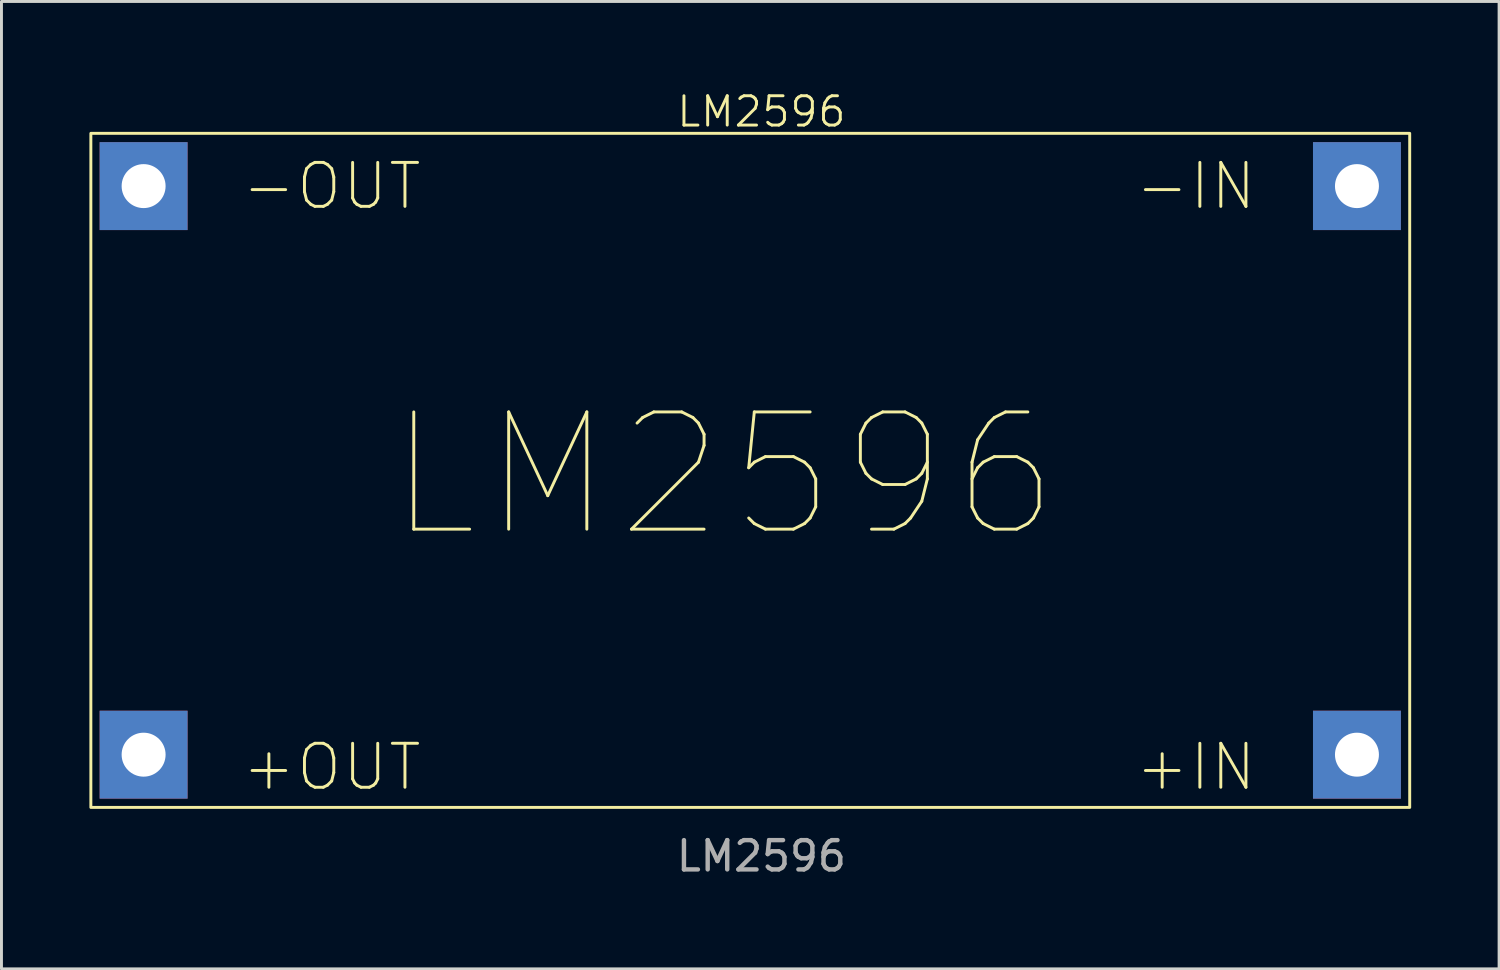
<source format=kicad_pcb>
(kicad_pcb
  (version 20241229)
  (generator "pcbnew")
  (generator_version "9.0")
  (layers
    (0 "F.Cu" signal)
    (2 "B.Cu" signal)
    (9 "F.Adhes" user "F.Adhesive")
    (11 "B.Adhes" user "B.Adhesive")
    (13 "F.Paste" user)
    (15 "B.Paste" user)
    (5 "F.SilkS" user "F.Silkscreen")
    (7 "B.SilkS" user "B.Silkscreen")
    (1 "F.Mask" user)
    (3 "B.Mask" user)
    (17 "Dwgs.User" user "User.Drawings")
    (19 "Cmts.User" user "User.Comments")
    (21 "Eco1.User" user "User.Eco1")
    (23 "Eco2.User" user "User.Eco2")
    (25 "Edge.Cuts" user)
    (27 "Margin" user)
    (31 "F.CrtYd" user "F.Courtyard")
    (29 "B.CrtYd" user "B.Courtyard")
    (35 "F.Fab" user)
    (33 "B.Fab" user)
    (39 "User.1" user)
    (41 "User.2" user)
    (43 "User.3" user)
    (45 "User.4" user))
  (footprint "LM2596"
    (layer "F.Cu")
    (at 22.93 13.46)
    (property "Reference" "LM2596" (at 0 -12.7 0) (unlocked yes) (layer "F.SilkS") (effects (font (size 1 1) (thickness 0.1))))
    (attr smd)
    (fp_rect (start -22.88 11.04) (end 22.12 -11.96) (stroke (width 0.1) (type default)) (fill no) (layer "F.SilkS"))
    (fp_text user "-OUT" (at -17.8 -9.28 0) (unlocked yes) (layer "F.SilkS") (effects (font (size 1.5 1.5) (thickness 0.1)) (justify left bottom)))
    (fp_text user "+OUT" (at -17.8 10.54 0) (unlocked yes) (layer "F.SilkS") (effects (font (size 1.5 1.5) (thickness 0.1)) (justify left bottom)))
    (fp_text user "+IN" (at 12.68 10.54 0) (unlocked yes) (layer "F.SilkS") (effects (font (size 1.5 1.5) (thickness 0.1)) (justify left bottom)))
    (fp_text user "LM2596" (at -12.88 2.04 0) (unlocked yes) (layer "F.SilkS") (effects (font (size 4 4) (thickness 0.1)) (justify left bottom)))
    (fp_text user "-IN" (at 12.68 -9.28 0) (unlocked yes) (layer "F.SilkS") (effects (font (size 1.5 1.5) (thickness 0.1)) (justify left bottom)))
    (fp_text user "${REFERENCE}" (at 0 12.7 0) (unlocked yes) (layer "F.Fab") (effects (font (size 1 1) (thickness 0.15))))
    (pad "1" thru_hole rect (at -21.08 -10.16) (size 3 3) (drill 1.5) (layers "*.Cu" "*.Mask"))
    (pad "2" thru_hole rect (at -21.08 9.24) (size 3 3) (drill 1.5) (layers "*.Cu" "*.Mask"))
    (pad "3" thru_hole rect (at 20.32 -10.16) (size 3 3) (drill 1.5) (layers "*.Cu" "*.Mask"))
    (pad "4" thru_hole rect (at 20.32 9.24) (size 3 3) (drill 1.5) (layers "*.Cu" "*.Mask")))
  (gr_rect
    (start -3 -3)
    (end 48.1 30.009)
    (stroke (width 0.1) (type default))
    (fill no)
    (layer "Edge.Cuts")))
</source>
